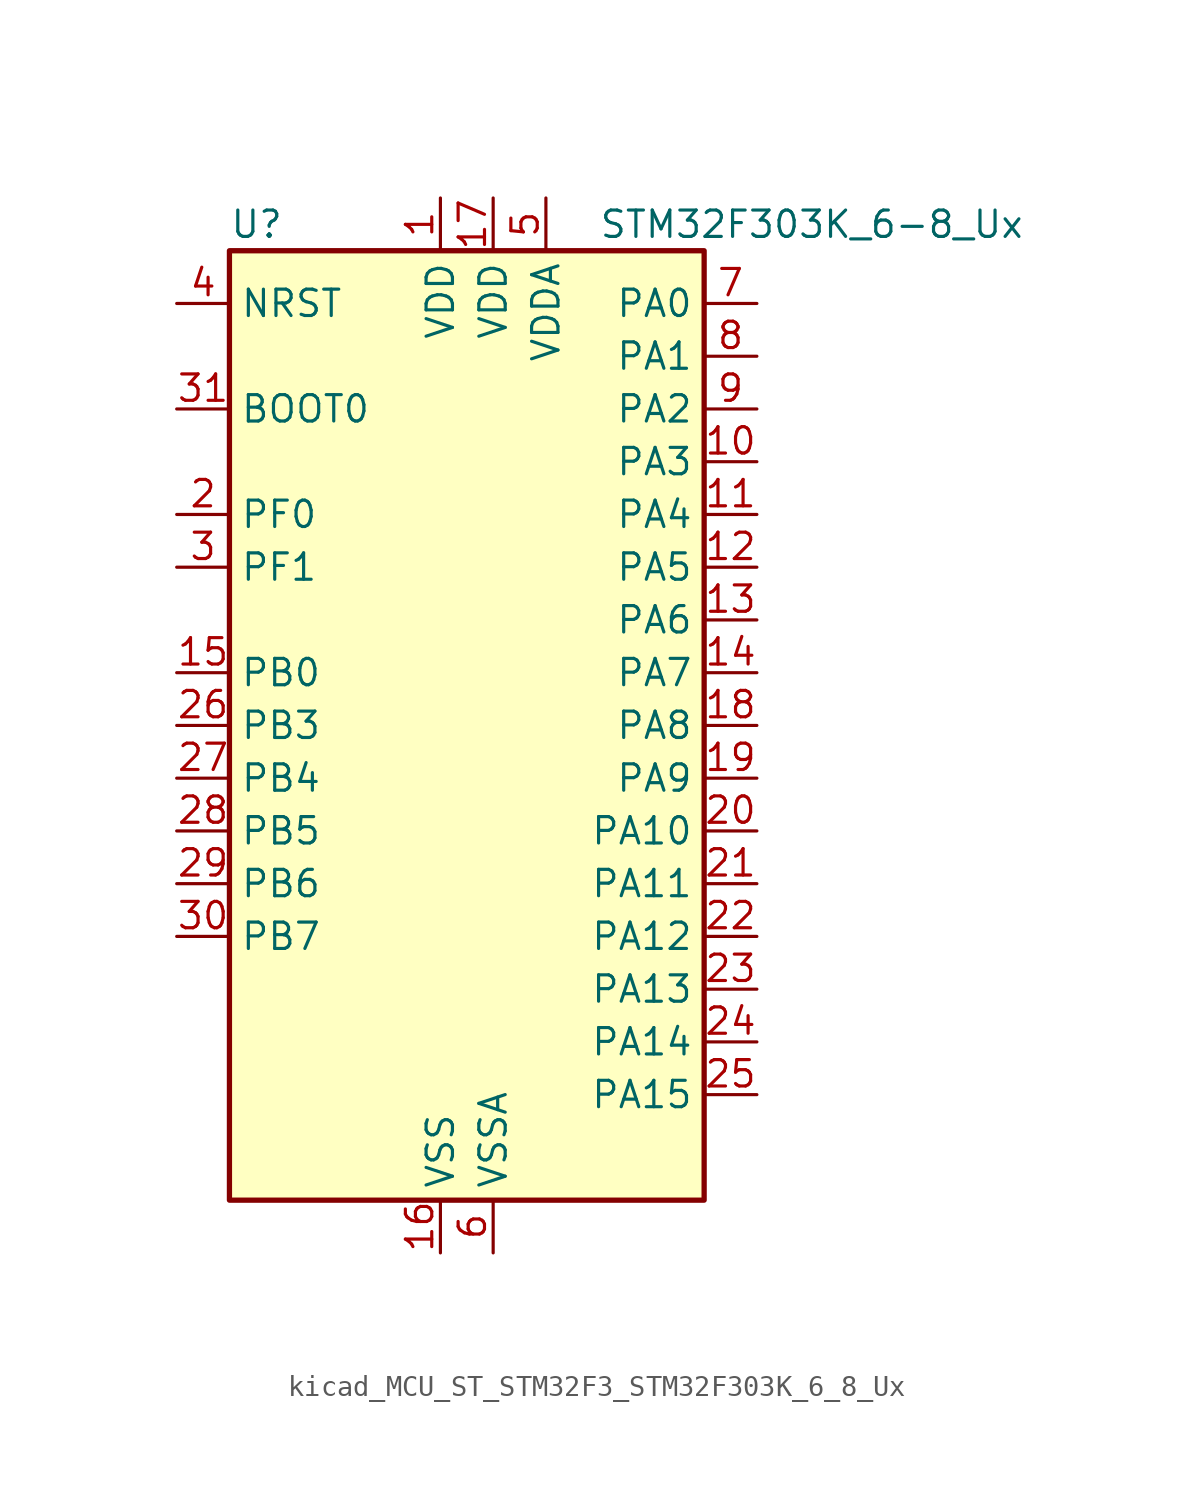
<source format=kicad_sym>
(kicad_symbol_lib
  (version 20220914)
  (generator kicad_symbol_editor)
  (symbol "kicad_MCU_ST_STM32F3_STM32F303K_6_8_Ux"
    (property "Reference" "U"
      (at -10.16 24.13 0)
      (effects (font (size 1.27 1.27)) (justify left)))
    (property "Value" "STM32F303K_6-8_Ux"
      (at 7.62 24.13 0)
      (effects (font (size 1.27 1.27)) (justify left)))
    (property "ki_locked" ""
      (at 0 0 0)
      (effects (font (size 1.27 1.27))))
    (symbol "kicad_MCU_ST_STM32F3_STM32F303K_6_8_Ux_0_1"
      (rectangle (start -10.16 -22.86) (end 12.7 22.86) (stroke (width 0.254) (type default)) (fill (type background))))
    (symbol "kicad_MCU_ST_STM32F3_STM32F303K_6_8_Ux_1_1"
      (pin power_in line (at 0 25.4 270) (length 2.54) (name "VDD" (effects (font (size 1.27 1.27)))) (number "1" (effects (font (size 1.27 1.27)))))
      (pin bidirectional line (at 15.24 12.7 180) (length 2.54) (name "PA3" (effects (font (size 1.27 1.27)))) (number "10" (effects (font (size 1.27 1.27)))) (alternate "ADC1_IN4" bidirectional line) (alternate "TIM15_CH2" bidirectional line) (alternate "TIM2_CH4" bidirectional line) (alternate "TSC_G1_IO4" bidirectional line) (alternate "USART2_RX" bidirectional line))
      (pin bidirectional line (at 15.24 10.16 180) (length 2.54) (name "PA4" (effects (font (size 1.27 1.27)))) (number "11" (effects (font (size 1.27 1.27)))) (alternate "ADC2_IN1" bidirectional line) (alternate "COMP2_INM" bidirectional line) (alternate "COMP4_INM" bidirectional line) (alternate "DAC1_OUT1" bidirectional line) (alternate "SPI1_NSS" bidirectional line) (alternate "TIM3_CH2" bidirectional line) (alternate "TSC_G2_IO1" bidirectional line) (alternate "USART2_CK" bidirectional line))
      (pin bidirectional line (at 15.24 7.62 180) (length 2.54) (name "PA5" (effects (font (size 1.27 1.27)))) (number "12" (effects (font (size 1.27 1.27)))) (alternate "ADC2_IN2" bidirectional line) (alternate "DAC1_OUT2" bidirectional line) (alternate "OPAMP2_VINM" bidirectional line) (alternate "OPAMP2_VINM_SEC" bidirectional line) (alternate "SPI1_SCK" bidirectional line) (alternate "TIM2_CH1" bidirectional line) (alternate "TIM2_ETR" bidirectional line) (alternate "TSC_G2_IO2" bidirectional line))
      (pin bidirectional line (at 15.24 5.08 180) (length 2.54) (name "PA6" (effects (font (size 1.27 1.27)))) (number "13" (effects (font (size 1.27 1.27)))) (alternate "ADC2_IN3" bidirectional line) (alternate "DAC2_OUT1" bidirectional line) (alternate "OPAMP2_VOUT" bidirectional line) (alternate "SPI1_MISO" bidirectional line) (alternate "TIM16_CH1" bidirectional line) (alternate "TIM1_BKIN" bidirectional line) (alternate "TIM3_CH1" bidirectional line) (alternate "TSC_G2_IO3" bidirectional line))
      (pin bidirectional line (at 15.24 2.54 180) (length 2.54) (name "PA7" (effects (font (size 1.27 1.27)))) (number "14" (effects (font (size 1.27 1.27)))) (alternate "ADC2_IN4" bidirectional line) (alternate "COMP2_INP" bidirectional line) (alternate "OPAMP2_VINP" bidirectional line) (alternate "OPAMP2_VINP_SEC" bidirectional line) (alternate "SPI1_MOSI" bidirectional line) (alternate "TIM17_CH1" bidirectional line) (alternate "TIM1_CH1N" bidirectional line) (alternate "TIM3_CH2" bidirectional line) (alternate "TSC_G2_IO4" bidirectional line))
      (pin bidirectional line (at -12.7 2.54 0) (length 2.54) (name "PB0" (effects (font (size 1.27 1.27)))) (number "15" (effects (font (size 1.27 1.27)))) (alternate "ADC1_IN11" bidirectional line) (alternate "COMP4_INP" bidirectional line) (alternate "OPAMP2_VINP" bidirectional line) (alternate "OPAMP2_VINP_SEC" bidirectional line) (alternate "TIM1_CH2N" bidirectional line) (alternate "TIM3_CH3" bidirectional line) (alternate "TSC_G3_IO2" bidirectional line))
      (pin power_in line (at 0 -25.4 90) (length 2.54) (name "VSS" (effects (font (size 1.27 1.27)))) (number "16" (effects (font (size 1.27 1.27)))))
      (pin power_in line (at 2.54 25.4 270) (length 2.54) (name "VDD" (effects (font (size 1.27 1.27)))) (number "17" (effects (font (size 1.27 1.27)))))
      (pin bidirectional line (at 15.24 0 180) (length 2.54) (name "PA8" (effects (font (size 1.27 1.27)))) (number "18" (effects (font (size 1.27 1.27)))) (alternate "RCC_MCO" bidirectional line) (alternate "TIM1_CH1" bidirectional line) (alternate "USART1_CK" bidirectional line))
      (pin bidirectional line (at 15.24 -2.54 180) (length 2.54) (name "PA9" (effects (font (size 1.27 1.27)))) (number "19" (effects (font (size 1.27 1.27)))) (alternate "DAC1_EXTI9" bidirectional line) (alternate "DAC2_EXTI9" bidirectional line) (alternate "TIM15_BKIN" bidirectional line) (alternate "TIM1_CH2" bidirectional line) (alternate "TIM2_CH3" bidirectional line) (alternate "TSC_G4_IO1" bidirectional line) (alternate "USART1_TX" bidirectional line))
      (pin bidirectional line (at -12.7 10.16 0) (length 2.54) (name "PF0" (effects (font (size 1.27 1.27)))) (number "2" (effects (font (size 1.27 1.27)))) (alternate "RCC_OSC_IN" bidirectional line) (alternate "TIM1_CH3N" bidirectional line))
      (pin bidirectional line (at 15.24 -5.08 180) (length 2.54) (name "PA10" (effects (font (size 1.27 1.27)))) (number "20" (effects (font (size 1.27 1.27)))) (alternate "TIM17_BKIN" bidirectional line) (alternate "TIM1_CH3" bidirectional line) (alternate "TIM2_CH4" bidirectional line) (alternate "TSC_G4_IO2" bidirectional line) (alternate "USART1_RX" bidirectional line))
      (pin bidirectional line (at 15.24 -7.62 180) (length 2.54) (name "PA11" (effects (font (size 1.27 1.27)))) (number "21" (effects (font (size 1.27 1.27)))) (alternate "CAN_RX" bidirectional line) (alternate "TIM1_BKIN2" bidirectional line) (alternate "TIM1_CH1N" bidirectional line) (alternate "TIM1_CH4" bidirectional line) (alternate "USART1_CTS" bidirectional line))
      (pin bidirectional line (at 15.24 -10.16 180) (length 2.54) (name "PA12" (effects (font (size 1.27 1.27)))) (number "22" (effects (font (size 1.27 1.27)))) (alternate "CAN_TX" bidirectional line) (alternate "COMP2_OUT" bidirectional line) (alternate "TIM16_CH1" bidirectional line) (alternate "TIM1_CH2N" bidirectional line) (alternate "TIM1_ETR" bidirectional line) (alternate "USART1_DE" bidirectional line) (alternate "USART1_RTS" bidirectional line))
      (pin bidirectional line (at 15.24 -12.7 180) (length 2.54) (name "PA13" (effects (font (size 1.27 1.27)))) (number "23" (effects (font (size 1.27 1.27)))) (alternate "IR_OUT" bidirectional line) (alternate "SYS_JTMS-SWDIO" bidirectional line) (alternate "TIM16_CH1N" bidirectional line) (alternate "TSC_G4_IO3" bidirectional line))
      (pin bidirectional line (at 15.24 -15.24 180) (length 2.54) (name "PA14" (effects (font (size 1.27 1.27)))) (number "24" (effects (font (size 1.27 1.27)))) (alternate "I2C1_SDA" bidirectional line) (alternate "SYS_JTCK-SWCLK" bidirectional line) (alternate "TIM1_BKIN" bidirectional line) (alternate "TSC_G4_IO4" bidirectional line) (alternate "USART2_TX" bidirectional line))
      (pin bidirectional line (at 15.24 -17.78 180) (length 2.54) (name "PA15" (effects (font (size 1.27 1.27)))) (number "25" (effects (font (size 1.27 1.27)))) (alternate "I2C1_SCL" bidirectional line) (alternate "SPI1_NSS" bidirectional line) (alternate "SYS_JTDI" bidirectional line) (alternate "TIM1_BKIN" bidirectional line) (alternate "TIM2_CH1" bidirectional line) (alternate "TIM2_ETR" bidirectional line) (alternate "TSC_SYNC" bidirectional line) (alternate "USART2_RX" bidirectional line))
      (pin bidirectional line (at -12.7 0 0) (length 2.54) (name "PB3" (effects (font (size 1.27 1.27)))) (number "26" (effects (font (size 1.27 1.27)))) (alternate "SPI1_SCK" bidirectional line) (alternate "SYS_JTDO-TRACESWO" bidirectional line) (alternate "TIM2_CH2" bidirectional line) (alternate "TIM3_ETR" bidirectional line) (alternate "TSC_G5_IO1" bidirectional line) (alternate "USART2_TX" bidirectional line))
      (pin bidirectional line (at -12.7 -2.54 0) (length 2.54) (name "PB4" (effects (font (size 1.27 1.27)))) (number "27" (effects (font (size 1.27 1.27)))) (alternate "SPI1_MISO" bidirectional line) (alternate "SYS_NJTRST" bidirectional line) (alternate "TIM16_CH1" bidirectional line) (alternate "TIM17_BKIN" bidirectional line) (alternate "TIM3_CH1" bidirectional line) (alternate "TSC_G5_IO2" bidirectional line) (alternate "USART2_RX" bidirectional line))
      (pin bidirectional line (at -12.7 -5.08 0) (length 2.54) (name "PB5" (effects (font (size 1.27 1.27)))) (number "28" (effects (font (size 1.27 1.27)))) (alternate "I2C1_SMBA" bidirectional line) (alternate "SPI1_MOSI" bidirectional line) (alternate "TIM16_BKIN" bidirectional line) (alternate "TIM17_CH1" bidirectional line) (alternate "TIM3_CH2" bidirectional line) (alternate "USART2_CK" bidirectional line))
      (pin bidirectional line (at -12.7 -7.62 0) (length 2.54) (name "PB6" (effects (font (size 1.27 1.27)))) (number "29" (effects (font (size 1.27 1.27)))) (alternate "I2C1_SCL" bidirectional line) (alternate "TIM16_CH1N" bidirectional line) (alternate "TSC_G5_IO3" bidirectional line) (alternate "USART1_TX" bidirectional line))
      (pin bidirectional line (at -12.7 7.62 0) (length 2.54) (name "PF1" (effects (font (size 1.27 1.27)))) (number "3" (effects (font (size 1.27 1.27)))) (alternate "RCC_OSC_OUT" bidirectional line))
      (pin bidirectional line (at -12.7 -10.16 0) (length 2.54) (name "PB7" (effects (font (size 1.27 1.27)))) (number "30" (effects (font (size 1.27 1.27)))) (alternate "I2C1_SDA" bidirectional line) (alternate "TIM17_CH1N" bidirectional line) (alternate "TIM3_CH4" bidirectional line) (alternate "TSC_G5_IO4" bidirectional line) (alternate "USART1_RX" bidirectional line))
      (pin input line (at -12.7 15.24 0) (length 2.54) (name "BOOT0" (effects (font (size 1.27 1.27)))) (number "31" (effects (font (size 1.27 1.27)))))
      (pin passive line (at 0 -25.4 90) (length 2.54) hide (name "VSS" (effects (font (size 1.27 1.27)))) (number "32" (effects (font (size 1.27 1.27)))))
      (pin passive line (at 0 -25.4 90) (length 2.54) hide (name "VSS" (effects (font (size 1.27 1.27)))) (number "33" (effects (font (size 1.27 1.27)))))
      (pin input line (at -12.7 20.32 0) (length 2.54) (name "NRST" (effects (font (size 1.27 1.27)))) (number "4" (effects (font (size 1.27 1.27)))))
      (pin power_in line (at 5.08 25.4 270) (length 2.54) (name "VDDA" (effects (font (size 1.27 1.27)))) (number "5" (effects (font (size 1.27 1.27)))))
      (pin power_in line (at 2.54 -25.4 90) (length 2.54) (name "VSSA" (effects (font (size 1.27 1.27)))) (number "6" (effects (font (size 1.27 1.27)))))
      (pin bidirectional line (at 15.24 20.32 180) (length 2.54) (name "PA0" (effects (font (size 1.27 1.27)))) (number "7" (effects (font (size 1.27 1.27)))) (alternate "ADC1_IN1" bidirectional line) (alternate "RTC_TAMP2" bidirectional line) (alternate "SYS_WKUP1" bidirectional line) (alternate "TIM2_CH1" bidirectional line) (alternate "TIM2_ETR" bidirectional line) (alternate "TSC_G1_IO1" bidirectional line) (alternate "USART2_CTS" bidirectional line))
      (pin bidirectional line (at 15.24 17.78 180) (length 2.54) (name "PA1" (effects (font (size 1.27 1.27)))) (number "8" (effects (font (size 1.27 1.27)))) (alternate "ADC1_IN2" bidirectional line) (alternate "RTC_REFIN" bidirectional line) (alternate "TIM15_CH1N" bidirectional line) (alternate "TIM2_CH2" bidirectional line) (alternate "TSC_G1_IO2" bidirectional line) (alternate "USART2_DE" bidirectional line) (alternate "USART2_RTS" bidirectional line))
      (pin bidirectional line (at 15.24 15.24 180) (length 2.54) (name "PA2" (effects (font (size 1.27 1.27)))) (number "9" (effects (font (size 1.27 1.27)))) (alternate "ADC1_IN3" bidirectional line) (alternate "COMP2_INM" bidirectional line) (alternate "COMP2_OUT" bidirectional line) (alternate "TIM15_CH1" bidirectional line) (alternate "TIM2_CH3" bidirectional line) (alternate "TSC_G1_IO3" bidirectional line) (alternate "USART2_TX" bidirectional line)))))
</source>
